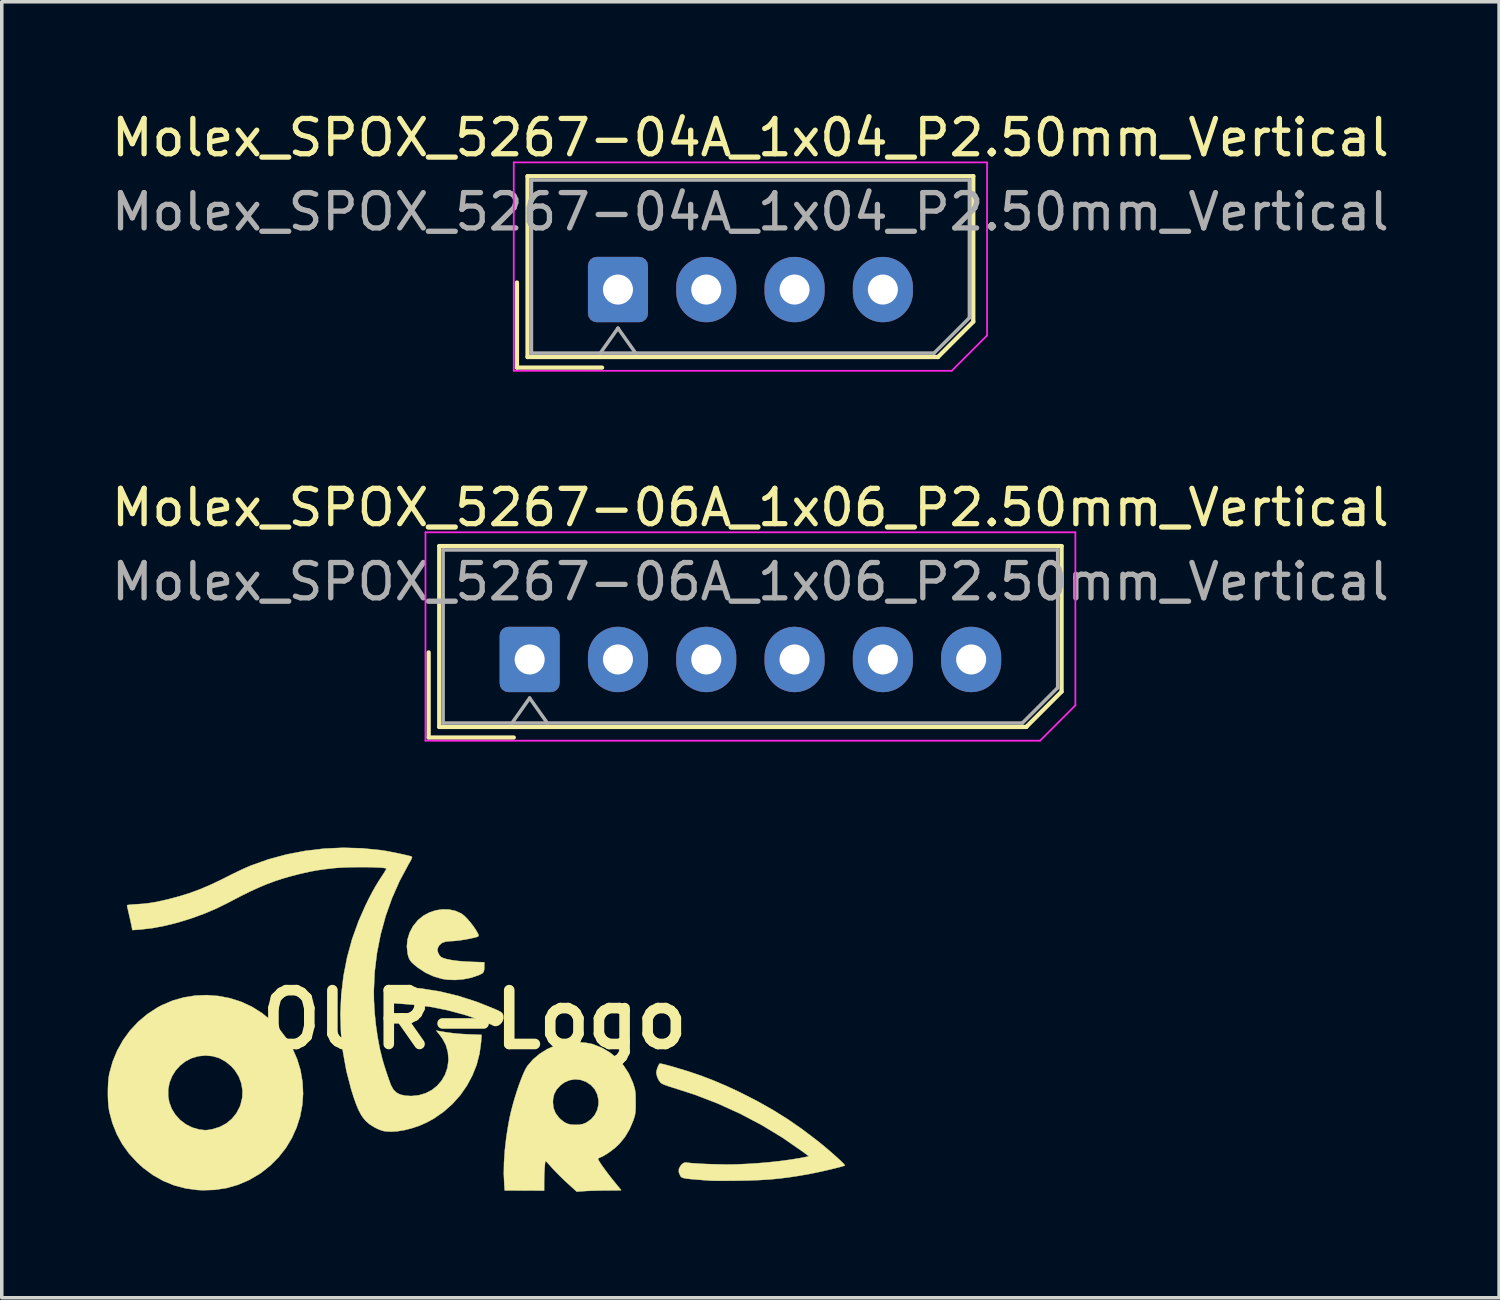
<source format=kicad_pcb>
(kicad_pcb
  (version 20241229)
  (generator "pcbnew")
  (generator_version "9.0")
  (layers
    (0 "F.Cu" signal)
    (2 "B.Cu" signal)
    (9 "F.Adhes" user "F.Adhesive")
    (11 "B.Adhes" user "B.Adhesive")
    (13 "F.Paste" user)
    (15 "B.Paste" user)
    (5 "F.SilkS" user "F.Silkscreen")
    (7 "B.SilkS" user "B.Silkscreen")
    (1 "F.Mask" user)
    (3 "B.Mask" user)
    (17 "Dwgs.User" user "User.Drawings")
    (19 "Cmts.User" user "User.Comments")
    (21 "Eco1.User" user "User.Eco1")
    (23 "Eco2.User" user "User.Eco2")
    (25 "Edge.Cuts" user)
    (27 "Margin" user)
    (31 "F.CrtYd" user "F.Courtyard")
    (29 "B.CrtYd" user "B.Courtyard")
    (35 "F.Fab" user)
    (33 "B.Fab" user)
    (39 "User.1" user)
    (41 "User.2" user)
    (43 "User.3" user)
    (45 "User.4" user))
  (footprint "Molex_SPOX_5267-06A_1x06_P2.50mm_Vertical"
    (layer "F.Cu")
    (at 11.946 15.621)
    (property "Reference" "Molex_SPOX_5267-06A_1x06_P2.50mm_Vertical" (at 6.25 -4.3 0) (layer "F.SilkS") (effects (font (size 1 1) (thickness 0.15))))
    (attr through_hole)
    (fp_line (start -2.86 -0.2) (end -2.86 2.21) (stroke (width 0.12) (type solid)) (layer "F.SilkS"))
    (fp_line (start -2.86 2.21) (end -0.45 2.21) (stroke (width 0.12) (type solid)) (layer "F.SilkS"))
    (fp_line (start -2.56 -3.21) (end -2.56 1.91) (stroke (width 0.12) (type solid)) (layer "F.SilkS"))
    (fp_line (start -2.56 1.91) (end 14.06 1.91) (stroke (width 0.12) (type solid)) (layer "F.SilkS"))
    (fp_line (start 14.06 1.91) (end 15.06 0.91) (stroke (width 0.12) (type solid)) (layer "F.SilkS"))
    (fp_line (start 15.06 -3.21) (end -2.56 -3.21) (stroke (width 0.12) (type solid)) (layer "F.SilkS"))
    (fp_line (start 15.06 0.91) (end 15.06 -3.21) (stroke (width 0.12) (type solid)) (layer "F.SilkS"))
    (fp_line (start -2.95 -3.6) (end -2.95 2.3) (stroke (width 0.05) (type solid)) (layer "F.CrtYd"))
    (fp_line (start -2.95 2.3) (end 14.45 2.3) (stroke (width 0.05) (type solid)) (layer "F.CrtYd"))
    (fp_line (start 14.45 2.3) (end 15.45 1.3) (stroke (width 0.05) (type solid)) (layer "F.CrtYd"))
    (fp_line (start 15.45 -3.6) (end -2.95 -3.6) (stroke (width 0.05) (type solid)) (layer "F.CrtYd"))
    (fp_line (start 15.45 1.3) (end 15.45 -3.6) (stroke (width 0.05) (type solid)) (layer "F.CrtYd"))
    (fp_line (start -2.45 -3.1) (end -2.45 1.8) (stroke (width 0.1) (type solid)) (layer "F.Fab"))
    (fp_line (start -2.45 1.8) (end 13.95 1.8) (stroke (width 0.1) (type solid)) (layer "F.Fab"))
    (fp_line (start -0.5 1.8) (end 0 1.093) (stroke (width 0.1) (type solid)) (layer "F.Fab"))
    (fp_line (start 0 1.093) (end 0.5 1.8) (stroke (width 0.1) (type solid)) (layer "F.Fab"))
    (fp_line (start 13.95 1.8) (end 14.95 0.8) (stroke (width 0.1) (type solid)) (layer "F.Fab"))
    (fp_line (start 14.95 -3.1) (end -2.45 -3.1) (stroke (width 0.1) (type solid)) (layer "F.Fab"))
    (fp_line (start 14.95 0.8) (end 14.95 -3.1) (stroke (width 0.1) (type solid)) (layer "F.Fab"))
    (fp_text user "${REFERENCE}" (at 6.25 -2.2 0) (layer "F.Fab") (effects (font (size 1 1) (thickness 0.15))))
    (pad "1" thru_hole roundrect (at 0 0) (size 1.7 1.85) (drill 0.85) (layers "*.Cu" "*.Mask") (roundrect_rratio 0.147))
    (pad "2" thru_hole oval (at 2.5 0) (size 1.7 1.85) (drill 0.85) (layers "*.Cu" "*.Mask"))
    (pad "3" thru_hole oval (at 5 0) (size 1.7 1.85) (drill 0.85) (layers "*.Cu" "*.Mask"))
    (pad "4" thru_hole oval (at 7.5 0) (size 1.7 1.85) (drill 0.85) (layers "*.Cu" "*.Mask"))
    (pad "5" thru_hole oval (at 10 0) (size 1.7 1.85) (drill 0.85) (layers "*.Cu" "*.Mask"))
    (pad "6" thru_hole oval (at 12.5 0) (size 1.7 1.85) (drill 0.85) (layers "*.Cu" "*.Mask")))
  (footprint "OUR-Logo"
    (layer "F.Cu")
    (at 10.388 25.818)
    (property "Reference" "OUR-Logo" (at 0 0 0) (layer "F.SilkS") (effects (font (size 1.524 1.524) (thickness 0.3))))
    (attr through_hole)
    (fp_poly (pts (xy -2.047 -0.925) (xy -1.516 -0.882) (xy -0.987 -0.798) (xy -0.46 -0.671) (xy 0.066 -0.502) (xy 0.576 -0.297) (xy 0.669 -0.255) (xy 0.731 -0.223) (xy 0.77 -0.195) (xy 0.792 -0.167) (xy 0.805 -0.135) (xy 0.815 -0.044) (xy 0.791 0.044) (xy 0.738 0.119) (xy 0.663 0.169) (xy 0.623 0.18) (xy 0.568 0.182) (xy 0.529 0.17) (xy 0.486 0.147) (xy 0.41 0.114) (xy 0.309 0.073) (xy 0.19 0.028) (xy 0.062 -0.019) (xy -0.069 -0.065) (xy -0.195 -0.108) (xy -0.307 -0.143) (xy -0.318 -0.146) (xy -0.774 -0.268) (xy -1.227 -0.358) (xy -1.69 -0.418) (xy -2.019 -0.444) (xy -2.139 -0.452) (xy -2.247 -0.461) (xy -2.335 -0.471) (xy -2.393 -0.481) (xy -2.412 -0.487) (xy -2.464 -0.535) (xy -2.502 -0.61) (xy -2.519 -0.698) (xy -2.519 -0.71) (xy -2.51 -0.77) (xy -2.479 -0.824) (xy -2.444 -0.863) (xy -2.368 -0.938) (xy -2.047 -0.925)) (stroke (width 0.01) (type solid)) (fill yes) (layer "F.SilkS"))
    (fp_poly (pts (xy -0.73 -3.118) (xy -0.553 -3.082) (xy -0.392 -3.012) (xy -0.353 -2.988) (xy -0.286 -2.934) (xy -0.206 -2.853) (xy -0.121 -2.755) (xy -0.04 -2.651) (xy 0.028 -2.55) (xy 0.036 -2.537) (xy 0.084 -2.455) (xy 0.11 -2.402) (xy 0.112 -2.369) (xy 0.087 -2.348) (xy 0.036 -2.332) (xy -0.006 -2.321) (xy -0.147 -2.29) (xy -0.299 -2.262) (xy -0.451 -2.24) (xy -0.586 -2.226) (xy -0.677 -2.222) (xy -0.817 -2.209) (xy -0.924 -2.171) (xy -0.998 -2.107) (xy -1.026 -2.062) (xy -1.049 -2.004) (xy -1.052 -1.958) (xy -1.036 -1.9) (xy -1.035 -1.897) (xy -1.003 -1.833) (xy -0.961 -1.782) (xy -0.953 -1.774) (xy -0.886 -1.742) (xy -0.783 -1.712) (xy -0.649 -1.685) (xy -0.488 -1.663) (xy -0.306 -1.647) (xy -0.109 -1.637) (xy -0.101 -1.636) (xy 0.275 -1.624) (xy 0.275 -1.516) (xy 0.272 -1.424) (xy 0.259 -1.362) (xy 0.229 -1.319) (xy 0.173 -1.285) (xy 0.098 -1.252) (xy -0.102 -1.185) (xy -0.321 -1.142) (xy -0.546 -1.123) (xy -0.763 -1.129) (xy -0.921 -1.153) (xy -1.166 -1.225) (xy -1.389 -1.328) (xy -1.602 -1.468) (xy -1.609 -1.473) (xy -1.71 -1.554) (xy -1.783 -1.622) (xy -1.833 -1.685) (xy -1.866 -1.753) (xy -1.89 -1.835) (xy -1.896 -1.864) (xy -1.919 -2.069) (xy -1.9 -2.27) (xy -1.841 -2.464) (xy -1.745 -2.645) (xy -1.611 -2.81) (xy -1.595 -2.826) (xy -1.447 -2.945) (xy -1.28 -3.034) (xy -1.1 -3.094) (xy -0.914 -3.122) (xy -0.73 -3.118)) (stroke (width 0.01) (type solid)) (fill yes) (layer "F.SilkS"))
    (fp_poly (pts (xy -7.252 -0.669) (xy -6.928 -0.607) (xy -6.614 -0.507) (xy -6.315 -0.369) (xy -6.291 -0.356) (xy -6.013 -0.18) (xy -5.757 0.03) (xy -5.528 0.269) (xy -5.327 0.533) (xy -5.158 0.817) (xy -5.025 1.118) (xy -4.931 1.428) (xy -4.874 1.761) (xy -4.857 2.093) (xy -4.88 2.421) (xy -4.941 2.743) (xy -5.04 3.053) (xy -5.174 3.351) (xy -5.343 3.631) (xy -5.546 3.891) (xy -5.78 4.127) (xy -6.044 4.337) (xy -6.096 4.372) (xy -6.391 4.544) (xy -6.699 4.676) (xy -7.018 4.768) (xy -7.35 4.819) (xy -7.696 4.831) (xy -7.855 4.823) (xy -8.189 4.777) (xy -8.509 4.692) (xy -8.815 4.567) (xy -9.106 4.403) (xy -9.381 4.2) (xy -9.549 4.048) (xy -9.782 3.796) (xy -9.976 3.527) (xy -10.134 3.237) (xy -10.257 2.926) (xy -10.344 2.603) (xy -10.364 2.473) (xy -10.377 2.314) (xy -10.382 2.168) (xy -8.676 2.168) (xy -8.646 2.338) (xy -8.576 2.526) (xy -8.471 2.695) (xy -8.336 2.842) (xy -8.176 2.963) (xy -7.996 3.054) (xy -7.8 3.111) (xy -7.631 3.13) (xy -7.577 3.127) (xy -7.5 3.116) (xy -7.419 3.101) (xy -7.214 3.037) (xy -7.031 2.939) (xy -6.874 2.809) (xy -6.745 2.65) (xy -6.648 2.465) (xy -6.627 2.408) (xy -6.579 2.207) (xy -6.572 2.005) (xy -6.605 1.806) (xy -6.675 1.617) (xy -6.783 1.442) (xy -6.887 1.323) (xy -7.052 1.187) (xy -7.228 1.091) (xy -7.419 1.034) (xy -7.62 1.016) (xy -7.824 1.036) (xy -8.014 1.092) (xy -8.186 1.181) (xy -8.337 1.298) (xy -8.465 1.44) (xy -8.566 1.602) (xy -8.637 1.78) (xy -8.675 1.97) (xy -8.676 2.168) (xy -10.382 2.168) (xy -10.383 2.137) (xy -10.382 1.956) (xy -10.375 1.782) (xy -10.36 1.627) (xy -10.342 1.524) (xy -10.249 1.19) (xy -10.119 0.875) (xy -9.954 0.58) (xy -9.756 0.308) (xy -9.527 0.063) (xy -9.27 -0.154) (xy -8.986 -0.34) (xy -8.849 -0.412) (xy -8.548 -0.54) (xy -8.232 -0.629) (xy -7.908 -0.681) (xy -7.58 -0.694) (xy -7.252 -0.669)) (stroke (width 0.01) (type solid)) (fill yes) (layer "F.SilkS"))
    (fp_poly (pts (xy 5.267 1.245) (xy 5.326 1.258) (xy 5.413 1.279) (xy 5.52 1.308) (xy 5.642 1.342) (xy 5.652 1.345) (xy 6.046 1.464) (xy 6.416 1.59) (xy 6.775 1.728) (xy 7.136 1.882) (xy 7.512 2.058) (xy 7.567 2.085) (xy 8.026 2.321) (xy 8.454 2.563) (xy 8.862 2.818) (xy 9.261 3.094) (xy 9.662 3.397) (xy 9.719 3.442) (xy 9.837 3.537) (xy 9.956 3.636) (xy 10.073 3.736) (xy 10.183 3.832) (xy 10.282 3.921) (xy 10.366 3.999) (xy 10.431 4.062) (xy 10.471 4.107) (xy 10.484 4.129) (xy 10.483 4.13) (xy 10.456 4.141) (xy 10.394 4.16) (xy 10.304 4.184) (xy 10.192 4.212) (xy 10.064 4.243) (xy 9.929 4.275) (xy 9.791 4.306) (xy 9.658 4.334) (xy 9.537 4.359) (xy 9.483 4.369) (xy 9.176 4.423) (xy 8.891 4.466) (xy 8.618 4.5) (xy 8.344 4.526) (xy 8.06 4.543) (xy 7.755 4.555) (xy 7.451 4.56) (xy 7.281 4.562) (xy 7.121 4.563) (xy 6.976 4.563) (xy 6.852 4.563) (xy 6.755 4.562) (xy 6.693 4.56) (xy 6.678 4.559) (xy 6.472 4.544) (xy 6.304 4.53) (xy 6.17 4.519) (xy 6.065 4.509) (xy 5.986 4.499) (xy 5.929 4.488) (xy 5.888 4.477) (xy 5.86 4.463) (xy 5.841 4.448) (xy 5.827 4.429) (xy 5.819 4.415) (xy 5.781 4.319) (xy 5.784 4.226) (xy 5.829 4.139) (xy 5.853 4.112) (xy 5.902 4.067) (xy 5.941 4.048) (xy 5.99 4.046) (xy 6.02 4.05) (xy 6.133 4.062) (xy 6.279 4.073) (xy 6.451 4.083) (xy 6.639 4.091) (xy 6.835 4.096) (xy 7.031 4.1) (xy 7.217 4.101) (xy 7.386 4.099) (xy 7.428 4.098) (xy 7.729 4.084) (xy 8.039 4.064) (xy 8.349 4.037) (xy 8.65 4.004) (xy 8.933 3.966) (xy 9.19 3.924) (xy 9.363 3.891) (xy 9.465 3.869) (xy 9.278 3.731) (xy 8.715 3.341) (xy 8.127 2.985) (xy 7.514 2.662) (xy 6.88 2.374) (xy 6.224 2.122) (xy 5.61 1.925) (xy 5.482 1.884) (xy 5.378 1.847) (xy 5.305 1.814) (xy 5.274 1.794) (xy 5.215 1.719) (xy 5.169 1.623) (xy 5.146 1.527) (xy 5.144 1.503) (xy 5.152 1.444) (xy 5.173 1.373) (xy 5.2 1.306) (xy 5.228 1.257) (xy 5.242 1.243) (xy 5.267 1.245)) (stroke (width 0.01) (type solid)) (fill yes) (layer "F.SilkS"))
    (fp_poly (pts (xy 2.987 0.641) (xy 3.155 0.657) (xy 3.303 0.684) (xy 3.355 0.698) (xy 3.606 0.798) (xy 3.835 0.934) (xy 4.04 1.101) (xy 4.216 1.298) (xy 4.362 1.521) (xy 4.474 1.767) (xy 4.492 1.82) (xy 4.518 1.901) (xy 4.536 1.968) (xy 4.548 2.032) (xy 4.555 2.104) (xy 4.558 2.194) (xy 4.559 2.313) (xy 4.559 2.339) (xy 4.559 2.464) (xy 4.557 2.557) (xy 4.551 2.63) (xy 4.541 2.693) (xy 4.524 2.756) (xy 4.5 2.831) (xy 4.491 2.857) (xy 4.389 3.099) (xy 4.258 3.32) (xy 4.102 3.512) (xy 4.085 3.529) (xy 3.99 3.618) (xy 3.88 3.706) (xy 3.767 3.787) (xy 3.66 3.853) (xy 3.571 3.896) (xy 3.565 3.898) (xy 3.518 3.92) (xy 3.493 3.939) (xy 3.493 3.942) (xy 3.505 3.974) (xy 3.541 4.033) (xy 3.595 4.115) (xy 3.665 4.213) (xy 3.745 4.322) (xy 3.833 4.437) (xy 3.924 4.552) (xy 4.004 4.65) (xy 4.063 4.722) (xy 4.111 4.78) (xy 4.141 4.818) (xy 4.149 4.83) (xy 4.129 4.832) (xy 4.073 4.834) (xy 3.988 4.835) (xy 3.882 4.836) (xy 3.773 4.837) (xy 3.627 4.838) (xy 3.472 4.841) (xy 3.324 4.845) (xy 3.196 4.85) (xy 3.143 4.853) (xy 2.889 4.87) (xy 2.625 4.629) (xy 2.519 4.531) (xy 2.409 4.423) (xy 2.305 4.318) (xy 2.217 4.226) (xy 2.191 4.196) (xy 2.124 4.122) (xy 2.068 4.06) (xy 2.028 4.018) (xy 2.009 4.002) (xy 2.009 4.002) (xy 2.001 4.021) (xy 1.993 4.075) (xy 1.985 4.157) (xy 1.979 4.259) (xy 1.973 4.374) (xy 1.97 4.495) (xy 1.968 4.614) (xy 1.968 4.841) (xy 0.852 4.837) (xy 0.839 4.667) (xy 0.826 4.367) (xy 0.832 4.039) (xy 0.856 3.69) (xy 0.897 3.331) (xy 0.954 2.969) (xy 0.986 2.799) (xy 1.028 2.612) (xy 1.079 2.416) (xy 1.1 2.342) (xy 2.216 2.342) (xy 2.234 2.502) (xy 2.289 2.644) (xy 2.384 2.772) (xy 2.436 2.823) (xy 2.535 2.901) (xy 2.633 2.95) (xy 2.742 2.974) (xy 2.877 2.978) (xy 2.89 2.978) (xy 2.988 2.971) (xy 3.062 2.957) (xy 3.128 2.932) (xy 3.174 2.909) (xy 3.302 2.816) (xy 3.403 2.696) (xy 3.473 2.555) (xy 3.507 2.401) (xy 3.508 2.285) (xy 3.474 2.12) (xy 3.404 1.977) (xy 3.299 1.858) (xy 3.161 1.764) (xy 3.149 1.758) (xy 2.996 1.704) (xy 2.839 1.69) (xy 2.685 1.716) (xy 2.539 1.78) (xy 2.426 1.864) (xy 2.32 1.981) (xy 2.253 2.106) (xy 2.221 2.25) (xy 2.216 2.342) (xy 1.1 2.342) (xy 1.136 2.217) (xy 1.197 2.021) (xy 1.261 1.834) (xy 1.325 1.664) (xy 1.386 1.515) (xy 1.444 1.395) (xy 1.495 1.31) (xy 1.496 1.309) (xy 1.652 1.128) (xy 1.84 0.969) (xy 2.054 0.835) (xy 2.287 0.731) (xy 2.51 0.666) (xy 2.65 0.645) (xy 2.814 0.637) (xy 2.987 0.641)) (stroke (width 0.01) (type solid)) (fill yes) (layer "F.SilkS"))
    (fp_poly (pts (xy -3.185 -4.851) (xy -2.653 -4.797) (xy -2.572 -4.785) (xy -2.488 -4.771) (xy -2.384 -4.751) (xy -2.268 -4.729) (xy -2.149 -4.704) (xy -2.034 -4.679) (xy -1.932 -4.656) (xy -1.849 -4.636) (xy -1.795 -4.621) (xy -1.779 -4.615) (xy -1.773 -4.595) (xy -1.787 -4.553) (xy -1.821 -4.484) (xy -1.873 -4.394) (xy -2.124 -3.926) (xy -2.34 -3.437) (xy -2.519 -2.932) (xy -2.661 -2.413) (xy -2.765 -1.885) (xy -2.83 -1.352) (xy -2.854 -0.818) (xy -2.851 -0.54) (xy -2.831 -0.189) (xy -2.794 0.167) (xy -2.743 0.516) (xy -2.68 0.846) (xy -2.612 1.12) (xy -2.582 1.223) (xy -2.545 1.344) (xy -2.503 1.474) (xy -2.46 1.602) (xy -2.419 1.719) (xy -2.384 1.815) (xy -2.36 1.875) (xy -2.297 1.984) (xy -2.214 2.066) (xy -2.106 2.121) (xy -1.97 2.152) (xy -1.8 2.163) (xy -1.792 2.163) (xy -1.583 2.142) (xy -1.39 2.085) (xy -1.214 1.994) (xy -1.061 1.873) (xy -0.934 1.726) (xy -0.836 1.557) (xy -0.771 1.368) (xy -0.742 1.163) (xy -0.741 1.112) (xy -0.76 0.907) (xy -0.816 0.717) (xy -0.911 0.538) (xy -0.991 0.43) (xy -1.087 0.311) (xy -1.004 0.325) (xy -0.805 0.358) (xy -0.631 0.382) (xy -0.468 0.399) (xy -0.298 0.41) (xy -0.161 0.417) (xy 0.196 0.43) (xy 0.183 0.633) (xy 0.139 0.96) (xy 0.057 1.278) (xy -0.064 1.582) (xy -0.219 1.871) (xy -0.407 2.14) (xy -0.626 2.386) (xy -0.873 2.605) (xy -1.146 2.796) (xy -1.35 2.909) (xy -1.553 2.999) (xy -1.763 3.071) (xy -1.974 3.126) (xy -2.177 3.16) (xy -2.365 3.173) (xy -2.53 3.163) (xy -2.589 3.152) (xy -2.711 3.111) (xy -2.844 3.046) (xy -2.969 2.966) (xy -3.002 2.941) (xy -3.084 2.867) (xy -3.158 2.78) (xy -3.226 2.675) (xy -3.292 2.547) (xy -3.356 2.392) (xy -3.423 2.204) (xy -3.493 1.98) (xy -3.494 1.979) (xy -3.631 1.451) (xy -3.728 0.916) (xy -3.784 0.378) (xy -3.8 -0.163) (xy -3.776 -0.702) (xy -3.713 -1.237) (xy -3.61 -1.765) (xy -3.468 -2.284) (xy -3.286 -2.79) (xy -3.098 -3.217) (xy -2.995 -3.426) (xy -2.901 -3.607) (xy -2.81 -3.769) (xy -2.716 -3.924) (xy -2.621 -4.07) (xy -2.57 -4.148) (xy -2.53 -4.214) (xy -2.504 -4.258) (xy -2.498 -4.273) (xy -2.518 -4.285) (xy -2.575 -4.295) (xy -2.664 -4.303) (xy -2.778 -4.309) (xy -2.913 -4.314) (xy -3.063 -4.317) (xy -3.223 -4.317) (xy -3.386 -4.316) (xy -3.549 -4.313) (xy -3.705 -4.307) (xy -3.848 -4.3) (xy -3.974 -4.29) (xy -4.006 -4.287) (xy -4.24 -4.259) (xy -4.45 -4.229) (xy -4.652 -4.192) (xy -4.865 -4.145) (xy -4.985 -4.116) (xy -5.224 -4.054) (xy -5.45 -3.989) (xy -5.667 -3.917) (xy -5.883 -3.836) (xy -6.106 -3.743) (xy -6.34 -3.636) (xy -6.594 -3.511) (xy -6.873 -3.366) (xy -6.985 -3.307) (xy -7.315 -3.144) (xy -7.667 -2.995) (xy -8.03 -2.863) (xy -8.398 -2.75) (xy -8.761 -2.659) (xy -9.113 -2.592) (xy -9.443 -2.553) (xy -9.486 -2.549) (xy -9.69 -2.535) (xy -9.715 -2.659) (xy -9.731 -2.735) (xy -9.753 -2.836) (xy -9.778 -2.945) (xy -9.791 -3.002) (xy -9.812 -3.093) (xy -9.829 -3.169) (xy -9.84 -3.22) (xy -9.842 -3.237) (xy -9.823 -3.244) (xy -9.768 -3.252) (xy -9.688 -3.26) (xy -9.589 -3.266) (xy -9.573 -3.267) (xy -9.393 -3.279) (xy -9.223 -3.298) (xy -9.049 -3.326) (xy -8.86 -3.365) (xy -8.645 -3.416) (xy -8.634 -3.419) (xy -8.339 -3.498) (xy -8.062 -3.585) (xy -7.791 -3.685) (xy -7.516 -3.8) (xy -7.227 -3.936) (xy -7.007 -4.046) (xy -6.866 -4.117) (xy -6.718 -4.189) (xy -6.574 -4.257) (xy -6.445 -4.315) (xy -6.342 -4.359) (xy -6.337 -4.361) (xy -5.839 -4.538) (xy -5.324 -4.677) (xy -4.797 -4.778) (xy -4.262 -4.842) (xy -3.723 -4.866) (xy -3.185 -4.851)) (stroke (width 0.01) (type solid)) (fill yes) (layer "F.SilkS")))
  (footprint "Molex_SPOX_5267-04A_1x04_P2.50mm_Vertical"
    (layer "F.Cu")
    (at 14.446 5.148)
    (property "Reference" "Molex_SPOX_5267-04A_1x04_P2.50mm_Vertical" (at 3.75 -4.3 0) (layer "F.SilkS") (effects (font (size 1 1) (thickness 0.15))))
    (attr through_hole)
    (fp_line (start -2.86 -0.2) (end -2.86 2.21) (stroke (width 0.12) (type solid)) (layer "F.SilkS"))
    (fp_line (start -2.86 2.21) (end -0.45 2.21) (stroke (width 0.12) (type solid)) (layer "F.SilkS"))
    (fp_line (start -2.56 -3.21) (end -2.56 1.91) (stroke (width 0.12) (type solid)) (layer "F.SilkS"))
    (fp_line (start -2.56 1.91) (end 9.06 1.91) (stroke (width 0.12) (type solid)) (layer "F.SilkS"))
    (fp_line (start 9.06 1.91) (end 10.06 0.91) (stroke (width 0.12) (type solid)) (layer "F.SilkS"))
    (fp_line (start 10.06 -3.21) (end -2.56 -3.21) (stroke (width 0.12) (type solid)) (layer "F.SilkS"))
    (fp_line (start 10.06 0.91) (end 10.06 -3.21) (stroke (width 0.12) (type solid)) (layer "F.SilkS"))
    (fp_line (start -2.95 -3.6) (end -2.95 2.3) (stroke (width 0.05) (type solid)) (layer "F.CrtYd"))
    (fp_line (start -2.95 2.3) (end 9.45 2.3) (stroke (width 0.05) (type solid)) (layer "F.CrtYd"))
    (fp_line (start 9.45 2.3) (end 10.45 1.3) (stroke (width 0.05) (type solid)) (layer "F.CrtYd"))
    (fp_line (start 10.45 -3.6) (end -2.95 -3.6) (stroke (width 0.05) (type solid)) (layer "F.CrtYd"))
    (fp_line (start 10.45 1.3) (end 10.45 -3.6) (stroke (width 0.05) (type solid)) (layer "F.CrtYd"))
    (fp_line (start -2.45 -3.1) (end -2.45 1.8) (stroke (width 0.1) (type solid)) (layer "F.Fab"))
    (fp_line (start -2.45 1.8) (end 8.95 1.8) (stroke (width 0.1) (type solid)) (layer "F.Fab"))
    (fp_line (start -0.5 1.8) (end 0 1.093) (stroke (width 0.1) (type solid)) (layer "F.Fab"))
    (fp_line (start 0 1.093) (end 0.5 1.8) (stroke (width 0.1) (type solid)) (layer "F.Fab"))
    (fp_line (start 8.95 1.8) (end 9.95 0.8) (stroke (width 0.1) (type solid)) (layer "F.Fab"))
    (fp_line (start 9.95 -3.1) (end -2.45 -3.1) (stroke (width 0.1) (type solid)) (layer "F.Fab"))
    (fp_line (start 9.95 0.8) (end 9.95 -3.1) (stroke (width 0.1) (type solid)) (layer "F.Fab"))
    (fp_text user "${REFERENCE}" (at 3.75 -2.2 0) (layer "F.Fab") (effects (font (size 1 1) (thickness 0.15))))
    (pad "1" thru_hole roundrect (at 0 0) (size 1.7 1.85) (drill 0.85) (layers "*.Cu" "*.Mask") (roundrect_rratio 0.147))
    (pad "2" thru_hole oval (at 2.5 0) (size 1.7 1.85) (drill 0.85) (layers "*.Cu" "*.Mask"))
    (pad "3" thru_hole oval (at 5 0) (size 1.7 1.85) (drill 0.85) (layers "*.Cu" "*.Mask"))
    (pad "4" thru_hole oval (at 7.5 0) (size 1.7 1.85) (drill 0.85) (layers "*.Cu" "*.Mask")))
  (gr_rect
    (start -3 -3)
    (end 39.393 33.693)
    (stroke (width 0.1) (type default))
    (fill no)
    (layer "Edge.Cuts")))
</source>
